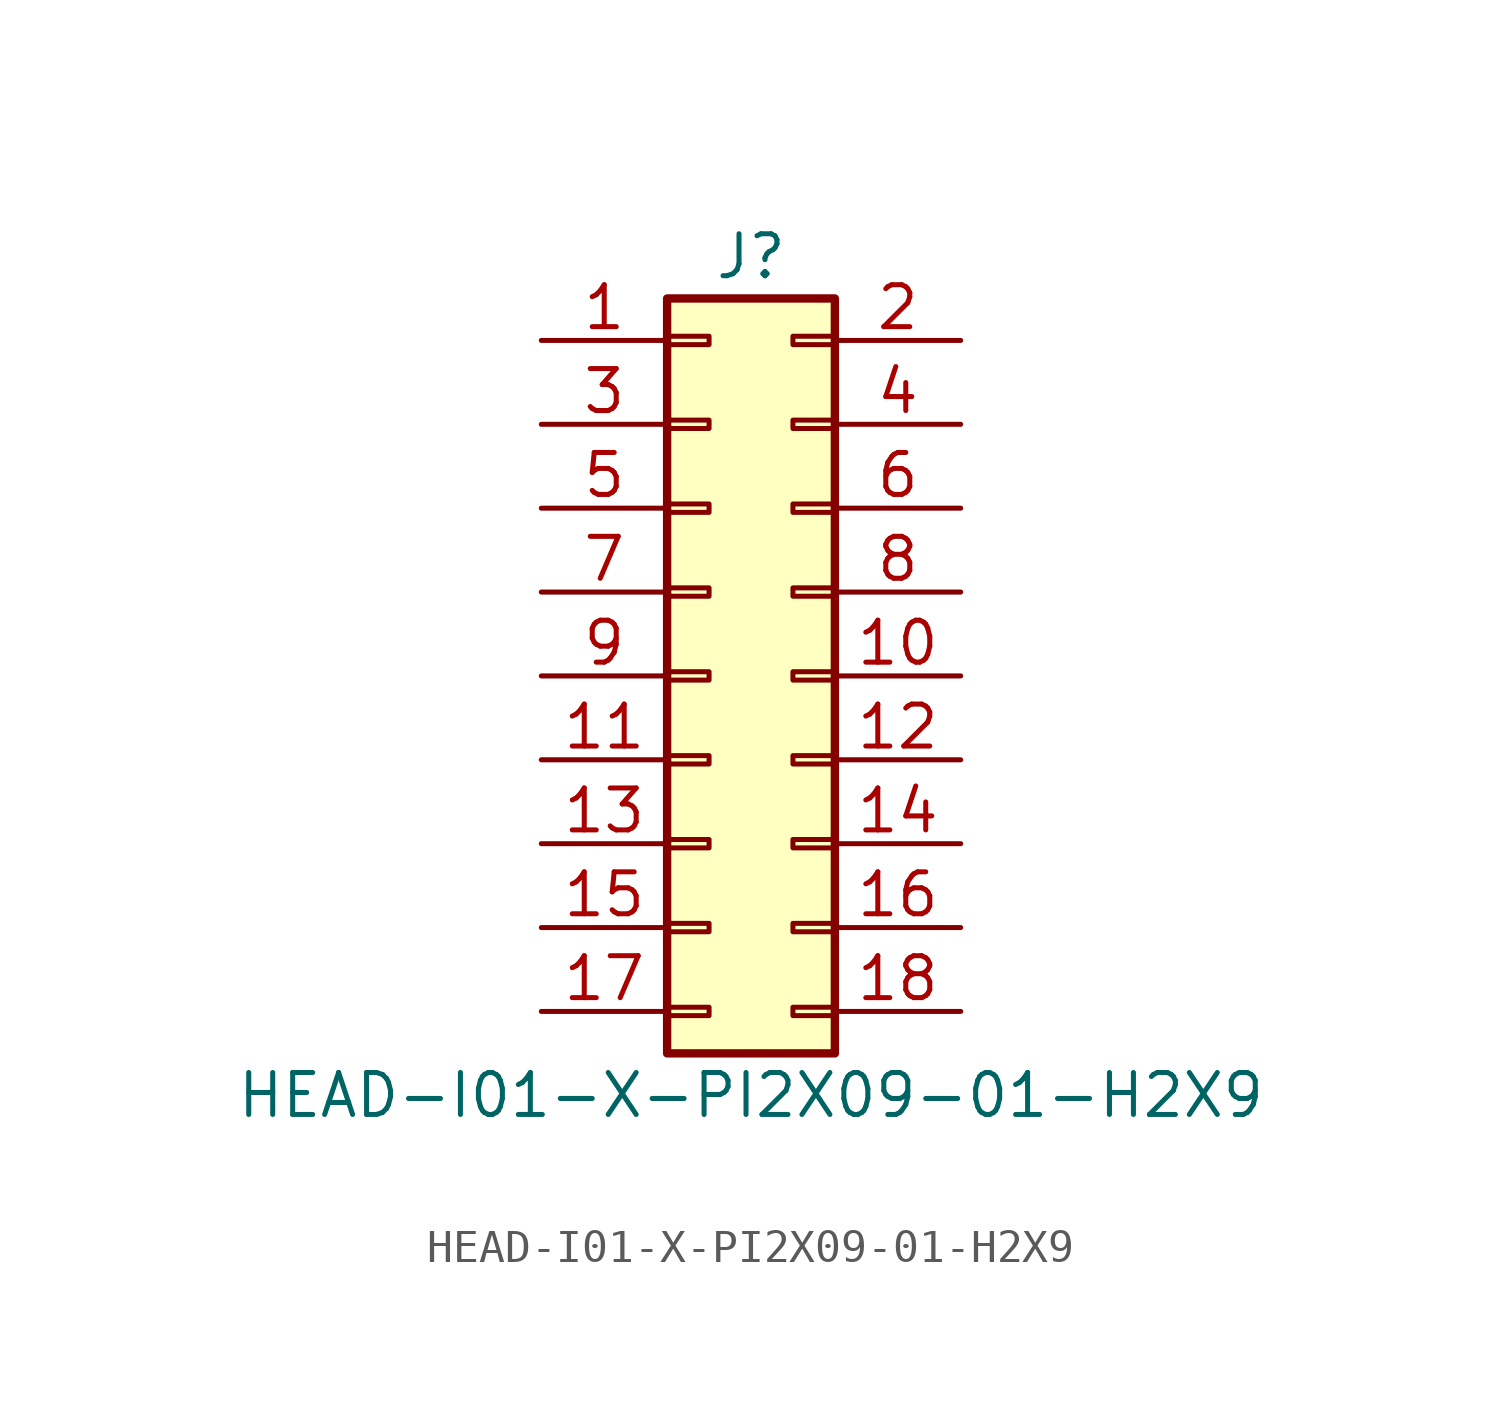
<source format=kicad_sym>
(kicad_symbol_lib
  (version 20211014)
  (generator kicad_symbol_editor)
  (symbol "HEAD-I01-X-PI2X09-01-H2X9"
    (pin_names
      (offset 1.016) hide)
    (property "Reference" "J"
      (at 1.27 12.7 0)
      (effects (font (size 1.27 1.27))))
    (property "Value" "HEAD-I01-X-PI2X09-01-H2X9"
      (at 1.27 -12.7 0)
      (effects (font (size 1.27 1.27))))
    (symbol "HEAD-I01-X-PI2X09-01-H2X9_1_1"
      (rectangle (start -1.27 -10.033) (end 0 -10.287) (stroke (width 0.152) (type default) (color 0 0 0 0)) (fill (type none)))
      (rectangle (start -1.27 -7.493) (end 0 -7.747) (stroke (width 0.152) (type default) (color 0 0 0 0)) (fill (type none)))
      (rectangle (start -1.27 -4.953) (end 0 -5.207) (stroke (width 0.152) (type default) (color 0 0 0 0)) (fill (type none)))
      (rectangle (start -1.27 -2.413) (end 0 -2.667) (stroke (width 0.152) (type default) (color 0 0 0 0)) (fill (type none)))
      (rectangle (start -1.27 0.127) (end 0 -0.127) (stroke (width 0.152) (type default) (color 0 0 0 0)) (fill (type none)))
      (rectangle (start -1.27 2.667) (end 0 2.413) (stroke (width 0.152) (type default) (color 0 0 0 0)) (fill (type none)))
      (rectangle (start -1.27 5.207) (end 0 4.953) (stroke (width 0.152) (type default) (color 0 0 0 0)) (fill (type none)))
      (rectangle (start -1.27 7.747) (end 0 7.493) (stroke (width 0.152) (type default) (color 0 0 0 0)) (fill (type none)))
      (rectangle (start -1.27 10.287) (end 0 10.033) (stroke (width 0.152) (type default) (color 0 0 0 0)) (fill (type none)))
      (rectangle (start -1.27 11.43) (end 3.81 -11.43) (stroke (width 0.254) (type default) (color 0 0 0 0)) (fill (type background)))
      (rectangle (start 3.81 -10.033) (end 2.54 -10.287) (stroke (width 0.152) (type default) (color 0 0 0 0)) (fill (type none)))
      (rectangle (start 3.81 -7.493) (end 2.54 -7.747) (stroke (width 0.152) (type default) (color 0 0 0 0)) (fill (type none)))
      (rectangle (start 3.81 -4.953) (end 2.54 -5.207) (stroke (width 0.152) (type default) (color 0 0 0 0)) (fill (type none)))
      (rectangle (start 3.81 -2.413) (end 2.54 -2.667) (stroke (width 0.152) (type default) (color 0 0 0 0)) (fill (type none)))
      (rectangle (start 3.81 0.127) (end 2.54 -0.127) (stroke (width 0.152) (type default) (color 0 0 0 0)) (fill (type none)))
      (rectangle (start 3.81 2.667) (end 2.54 2.413) (stroke (width 0.152) (type default) (color 0 0 0 0)) (fill (type none)))
      (rectangle (start 3.81 5.207) (end 2.54 4.953) (stroke (width 0.152) (type default) (color 0 0 0 0)) (fill (type none)))
      (rectangle (start 3.81 7.747) (end 2.54 7.493) (stroke (width 0.152) (type default) (color 0 0 0 0)) (fill (type none)))
      (rectangle (start 3.81 10.287) (end 2.54 10.033) (stroke (width 0.152) (type default) (color 0 0 0 0)) (fill (type none)))
      (pin passive line (at -5.08 10.16 0) (length 3.81) (name "Pin_1" (effects (font (size 1.27 1.27)))) (number "1" (effects (font (size 1.27 1.27)))))
      (pin passive line (at 7.62 0 180) (length 3.81) (name "Pin_10" (effects (font (size 1.27 1.27)))) (number "10" (effects (font (size 1.27 1.27)))))
      (pin passive line (at -5.08 -2.54 0) (length 3.81) (name "Pin_11" (effects (font (size 1.27 1.27)))) (number "11" (effects (font (size 1.27 1.27)))))
      (pin passive line (at 7.62 -2.54 180) (length 3.81) (name "Pin_12" (effects (font (size 1.27 1.27)))) (number "12" (effects (font (size 1.27 1.27)))))
      (pin passive line (at -5.08 -5.08 0) (length 3.81) (name "Pin_13" (effects (font (size 1.27 1.27)))) (number "13" (effects (font (size 1.27 1.27)))))
      (pin passive line (at 7.62 -5.08 180) (length 3.81) (name "Pin_14" (effects (font (size 1.27 1.27)))) (number "14" (effects (font (size 1.27 1.27)))))
      (pin passive line (at -5.08 -7.62 0) (length 3.81) (name "Pin_15" (effects (font (size 1.27 1.27)))) (number "15" (effects (font (size 1.27 1.27)))))
      (pin passive line (at 7.62 -7.62 180) (length 3.81) (name "Pin_16" (effects (font (size 1.27 1.27)))) (number "16" (effects (font (size 1.27 1.27)))))
      (pin passive line (at -5.08 -10.16 0) (length 3.81) (name "Pin_17" (effects (font (size 1.27 1.27)))) (number "17" (effects (font (size 1.27 1.27)))))
      (pin passive line (at 7.62 -10.16 180) (length 3.81) (name "Pin_18" (effects (font (size 1.27 1.27)))) (number "18" (effects (font (size 1.27 1.27)))))
      (pin passive line (at 7.62 10.16 180) (length 3.81) (name "Pin_2" (effects (font (size 1.27 1.27)))) (number "2" (effects (font (size 1.27 1.27)))))
      (pin passive line (at -5.08 7.62 0) (length 3.81) (name "Pin_3" (effects (font (size 1.27 1.27)))) (number "3" (effects (font (size 1.27 1.27)))))
      (pin passive line (at 7.62 7.62 180) (length 3.81) (name "Pin_4" (effects (font (size 1.27 1.27)))) (number "4" (effects (font (size 1.27 1.27)))))
      (pin passive line (at -5.08 5.08 0) (length 3.81) (name "Pin_5" (effects (font (size 1.27 1.27)))) (number "5" (effects (font (size 1.27 1.27)))))
      (pin passive line (at 7.62 5.08 180) (length 3.81) (name "Pin_6" (effects (font (size 1.27 1.27)))) (number "6" (effects (font (size 1.27 1.27)))))
      (pin passive line (at -5.08 2.54 0) (length 3.81) (name "Pin_7" (effects (font (size 1.27 1.27)))) (number "7" (effects (font (size 1.27 1.27)))))
      (pin passive line (at 7.62 2.54 180) (length 3.81) (name "Pin_8" (effects (font (size 1.27 1.27)))) (number "8" (effects (font (size 1.27 1.27)))))
      (pin passive line (at -5.08 0 0) (length 3.81) (name "Pin_9" (effects (font (size 1.27 1.27)))) (number "9" (effects (font (size 1.27 1.27))))))))
</source>
